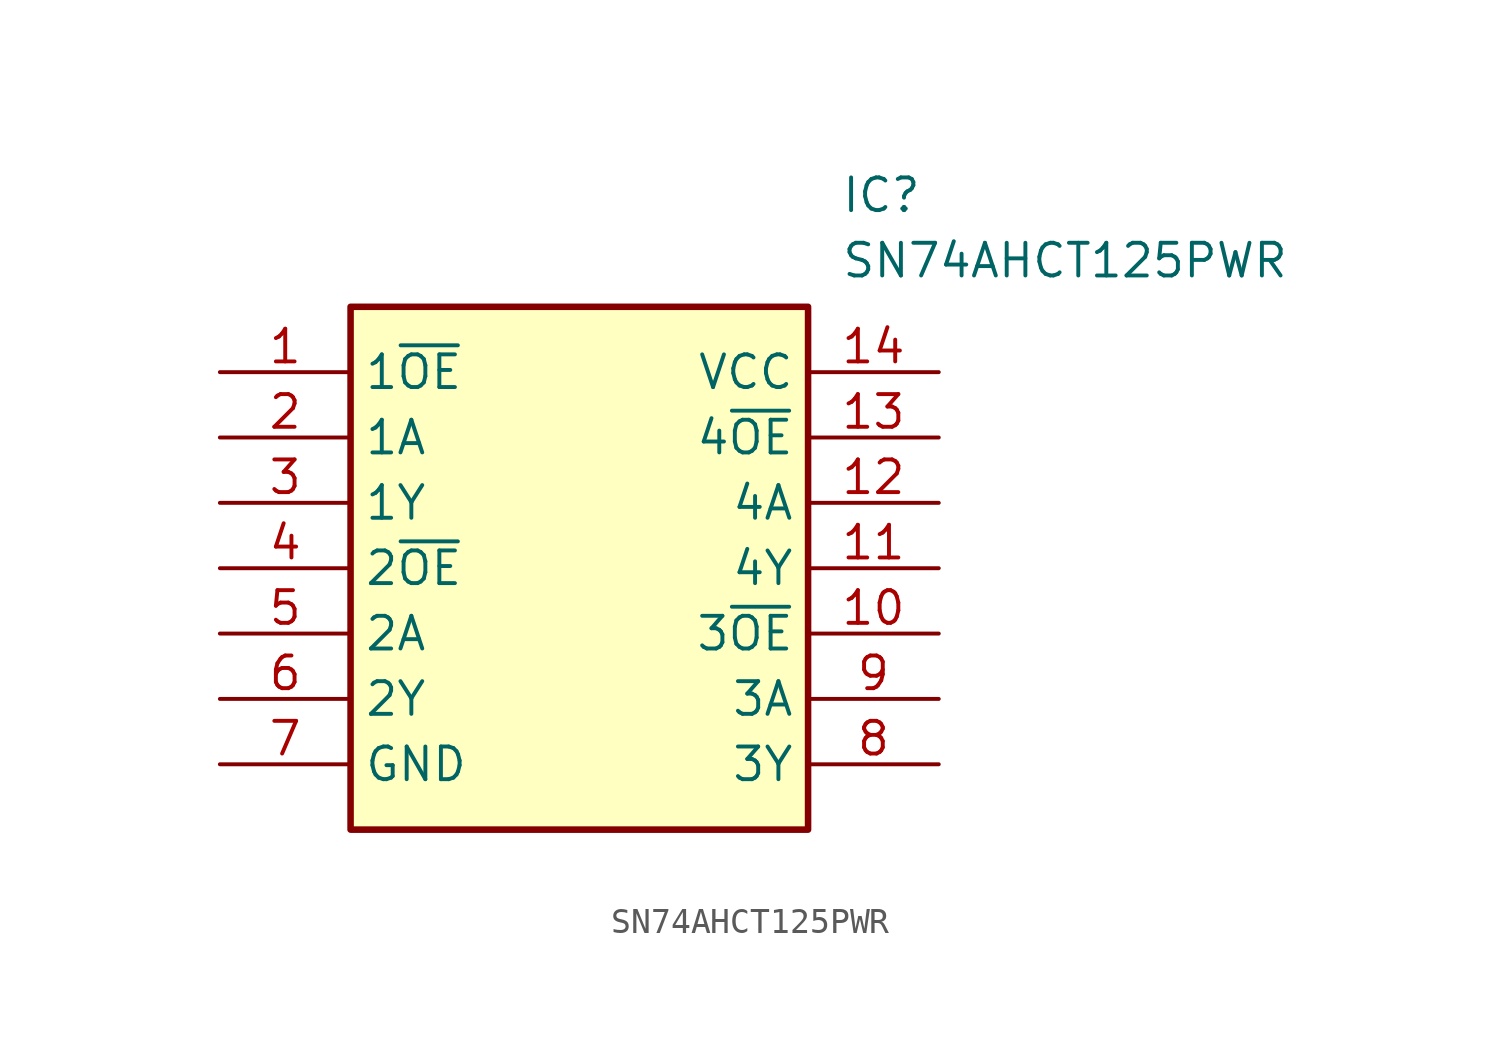
<source format=kicad_sym>
(kicad_symbol_lib
  (version 20211014)
  (generator SamacSys_ECAD_Model)
  (symbol "SN74AHCT125PWR"
    (property "Reference" "IC"
      (at 24.13 7.62 0)
      (effects (font (size 1.27 1.27)) (justify left top)))
    (property "Value" "SN74AHCT125PWR"
      (at 24.13 5.08 0)
      (effects (font (size 1.27 1.27)) (justify left top)))
    (rectangle
      (start 5.08 2.54)
      (end 22.86 -17.78)
      (stroke (width 0.254) (type default))
      (fill (type background)))
    (pin passive line
      (at 0 0 0)
      (length 5.08)
      (name "1~{OE}" (effects (font (size 1.27 1.27))))
      (number "1" (effects (font (size 1.27 1.27)))))
    (pin passive line
      (at 0 -2.54 0)
      (length 5.08)
      (name "1A" (effects (font (size 1.27 1.27))))
      (number "2" (effects (font (size 1.27 1.27)))))
    (pin passive line
      (at 0 -5.08 0)
      (length 5.08)
      (name "1Y" (effects (font (size 1.27 1.27))))
      (number "3" (effects (font (size 1.27 1.27)))))
    (pin passive line
      (at 0 -7.62 0)
      (length 5.08)
      (name "2~{OE}" (effects (font (size 1.27 1.27))))
      (number "4" (effects (font (size 1.27 1.27)))))
    (pin passive line
      (at 0 -10.16 0)
      (length 5.08)
      (name "2A" (effects (font (size 1.27 1.27))))
      (number "5" (effects (font (size 1.27 1.27)))))
    (pin passive line
      (at 0 -12.7 0)
      (length 5.08)
      (name "2Y" (effects (font (size 1.27 1.27))))
      (number "6" (effects (font (size 1.27 1.27)))))
    (pin passive line
      (at 0 -15.24 0)
      (length 5.08)
      (name "GND" (effects (font (size 1.27 1.27))))
      (number "7" (effects (font (size 1.27 1.27)))))
    (pin passive line
      (at 27.94 0 180)
      (length 5.08)
      (name "VCC" (effects (font (size 1.27 1.27))))
      (number "14" (effects (font (size 1.27 1.27)))))
    (pin passive line
      (at 27.94 -2.54 180)
      (length 5.08)
      (name "4~{OE}" (effects (font (size 1.27 1.27))))
      (number "13" (effects (font (size 1.27 1.27)))))
    (pin passive line
      (at 27.94 -5.08 180)
      (length 5.08)
      (name "4A" (effects (font (size 1.27 1.27))))
      (number "12" (effects (font (size 1.27 1.27)))))
    (pin passive line
      (at 27.94 -7.62 180)
      (length 5.08)
      (name "4Y" (effects (font (size 1.27 1.27))))
      (number "11" (effects (font (size 1.27 1.27)))))
    (pin passive line
      (at 27.94 -10.16 180)
      (length 5.08)
      (name "3~{OE}" (effects (font (size 1.27 1.27))))
      (number "10" (effects (font (size 1.27 1.27)))))
    (pin passive line
      (at 27.94 -12.7 180)
      (length 5.08)
      (name "3A" (effects (font (size 1.27 1.27))))
      (number "9" (effects (font (size 1.27 1.27)))))
    (pin passive line
      (at 27.94 -15.24 180)
      (length 5.08)
      (name "3Y" (effects (font (size 1.27 1.27))))
      (number "8" (effects (font (size 1.27 1.27)))))))
</source>
